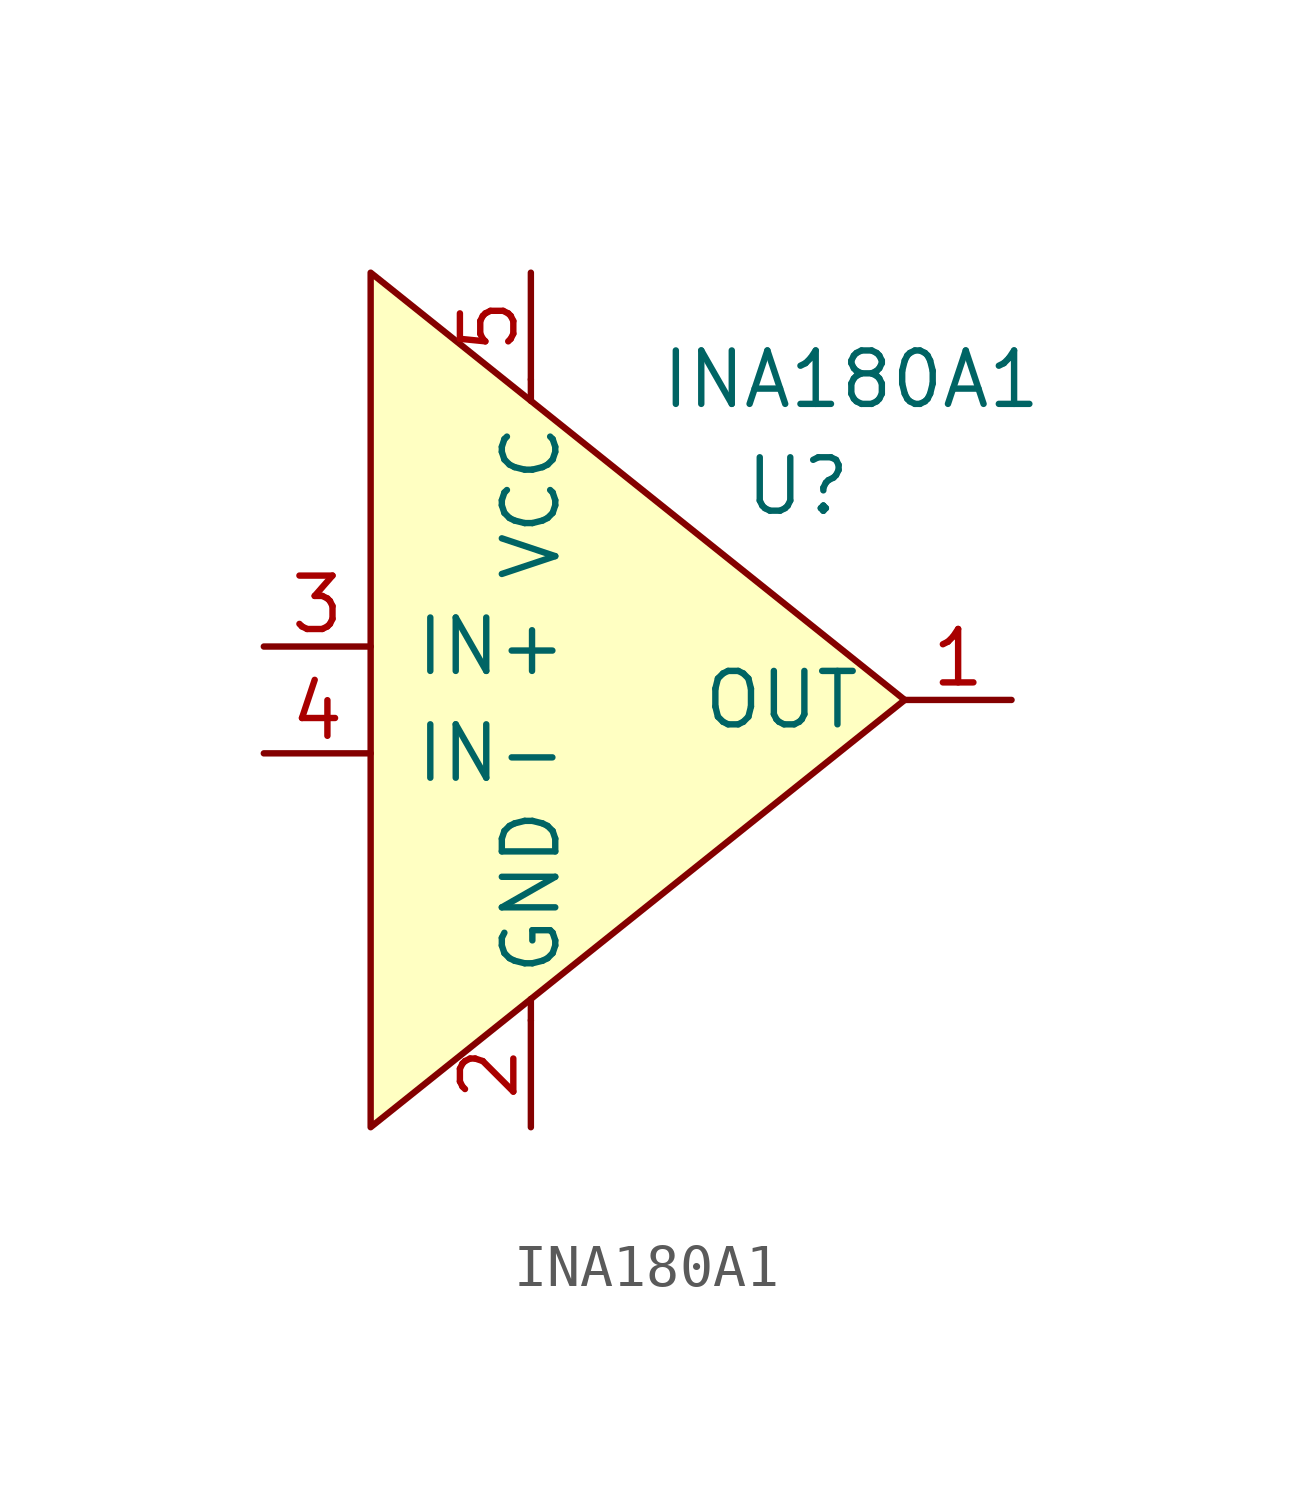
<source format=kicad_sym>
(kicad_symbol_lib
  (version 20211014)
  (generator kicad_symbol_editor)
  (symbol "INA180A1"
    (pin_names
      (offset 1.016))
    (property "Reference" "U"
      (at 10.16 3.81 0)
      (effects (font (size 1.27 1.27))))
    (property "Value" "INA180A1"
      (at 11.43 6.35 0)
      (effects (font (size 1.27 1.27))))
    (symbol "INA180A1_0_0"
      (pin output line (at 15.24 -1.27 180) (length 2.54) (name "OUT" (effects (font (size 1.27 1.27)))) (number "1" (effects (font (size 1.27 1.27)))))
      (pin power_in line (at 3.81 -11.43 90) (length 2.54) (name "GND" (effects (font (size 1.27 1.27)))) (number "2" (effects (font (size 1.27 1.27)))))
      (pin passive line (at -2.54 0 0) (length 2.54) (name "IN+" (effects (font (size 1.27 1.27)))) (number "3" (effects (font (size 1.27 1.27)))))
      (pin passive line (at -2.54 -2.54 0) (length 2.54) (name "IN-" (effects (font (size 1.27 1.27)))) (number "4" (effects (font (size 1.27 1.27)))))
      (pin power_in line (at 3.81 8.89 270) (length 2.54) (name "VCC" (effects (font (size 1.27 1.27)))) (number "5" (effects (font (size 1.27 1.27))))))
    (symbol "INA180A1_0_1"
      (polyline (pts (xy 3.81 -8.89) (xy 3.81 -8.382)) (stroke (width 0) (type default) (color 0 0 0 0)) (fill (type none)))
      (polyline (pts (xy 3.81 6.35) (xy 3.81 5.842)) (stroke (width 0) (type default) (color 0 0 0 0)) (fill (type none)))
      (polyline (pts (xy 12.7 -1.27) (xy 0 8.89) (xy 0 -11.43) (xy 12.7 -1.27)) (stroke (width 0) (type default) (color 0 0 0 0)) (fill (type background))))))
</source>
